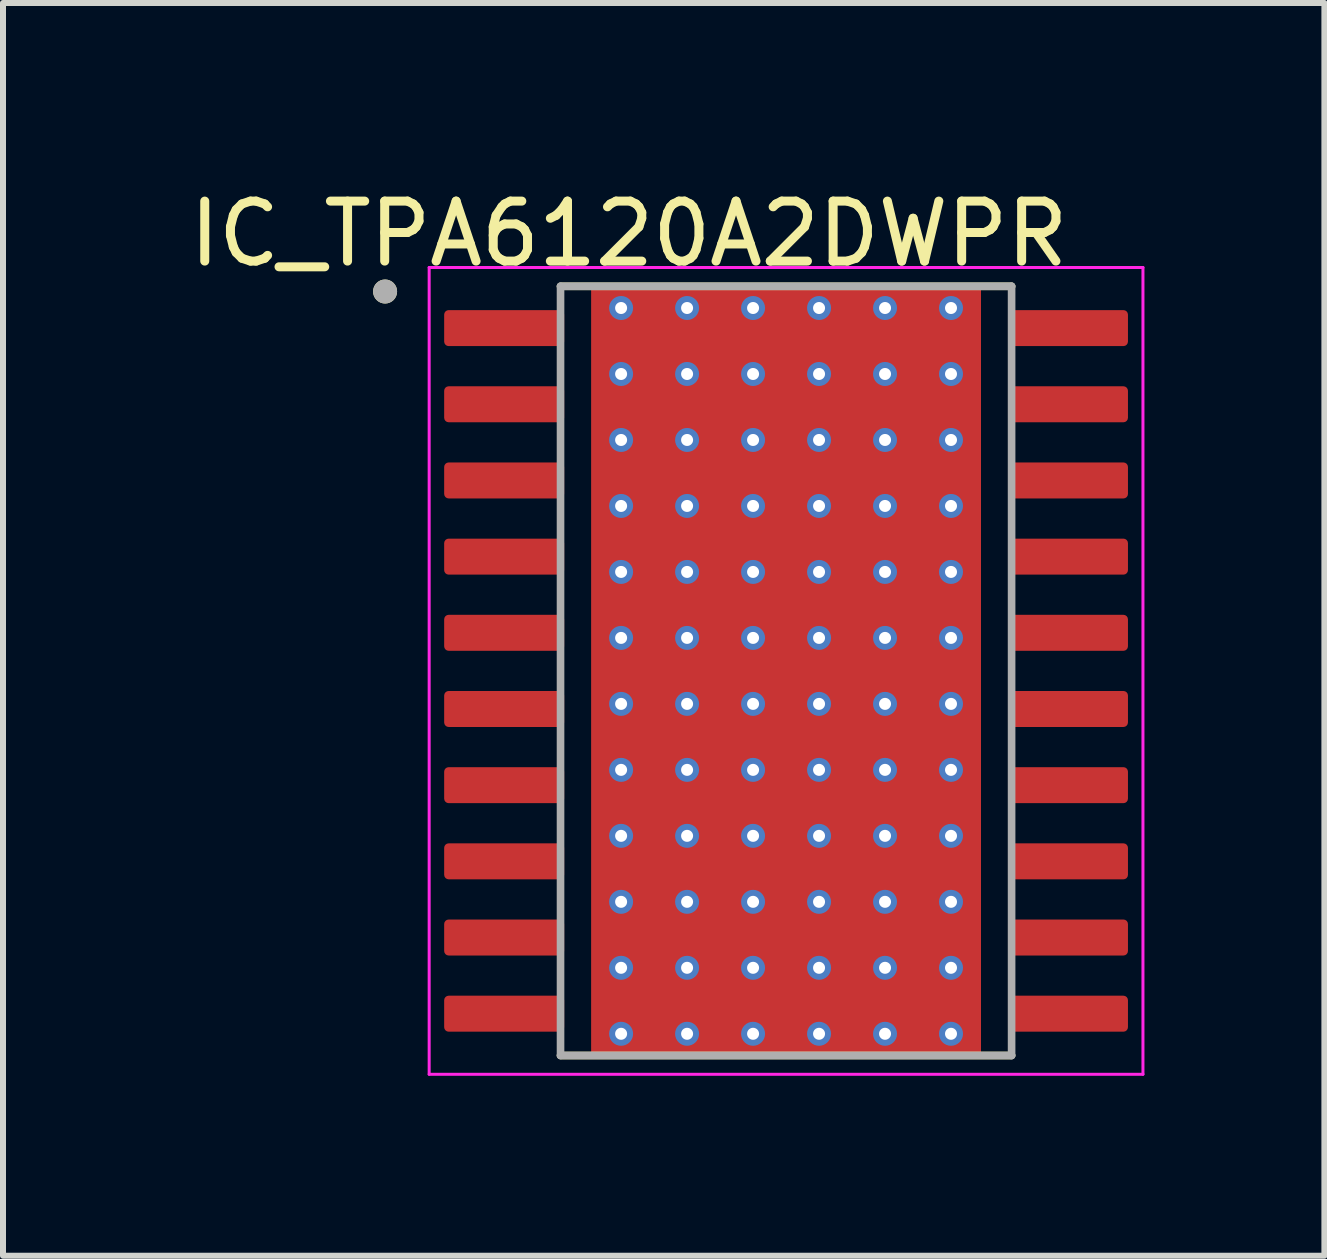
<source format=kicad_pcb>
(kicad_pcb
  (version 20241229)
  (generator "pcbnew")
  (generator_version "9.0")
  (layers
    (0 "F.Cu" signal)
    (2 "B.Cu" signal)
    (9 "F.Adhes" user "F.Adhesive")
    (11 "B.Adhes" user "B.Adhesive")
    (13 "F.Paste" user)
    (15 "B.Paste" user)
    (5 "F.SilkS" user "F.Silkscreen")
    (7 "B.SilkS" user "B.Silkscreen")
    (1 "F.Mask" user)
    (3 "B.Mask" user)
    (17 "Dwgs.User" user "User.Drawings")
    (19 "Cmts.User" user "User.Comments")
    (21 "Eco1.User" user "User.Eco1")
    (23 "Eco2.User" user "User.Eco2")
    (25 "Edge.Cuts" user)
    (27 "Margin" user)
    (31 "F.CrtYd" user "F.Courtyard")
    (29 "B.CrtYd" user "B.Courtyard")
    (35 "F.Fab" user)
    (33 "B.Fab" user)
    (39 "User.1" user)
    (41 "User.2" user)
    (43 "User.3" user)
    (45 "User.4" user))
  (footprint "IC_TPA6120A2DWPR"
    (layer "F.Cu")
    (at 10.055 8.135)
    (property "Reference" "IC_TPA6120A2DWPR" (at -2.62 -7.287 0) (layer "F.SilkS") (effects (font (size 1 1) (thickness 0.15))))
    (attr through_hole)
    (fp_poly (pts (xy -1.395 -1.905) (xy 1.395 -1.905) (xy 1.395 1.905) (xy -1.395 1.905)) (stroke (width 0.01) (type solid)) (fill yes) (layer "F.Mask"))
    (fp_line (start -3.76 -6.412) (end 3.76 -6.412) (stroke (width 0.127) (type solid)) (layer "F.SilkS"))
    (fp_line (start -3.76 6.412) (end 3.76 6.412) (stroke (width 0.127) (type solid)) (layer "F.SilkS"))
    (fp_circle (center -6.685 -6.325) (end -6.585 -6.325) (stroke (width 0.2) (type solid)) (fill no) (layer "F.SilkS"))
    (fp_poly (pts (xy -1.395 -1.905) (xy 1.395 -1.905) (xy 1.395 1.905) (xy -1.395 1.905)) (stroke (width 0.01) (type solid)) (fill yes) (layer "F.Paste"))
    (fp_line (start -5.95 -6.725) (end -5.95 6.725) (stroke (width 0.05) (type solid)) (layer "F.CrtYd"))
    (fp_line (start -5.95 -6.725) (end 5.95 -6.725) (stroke (width 0.05) (type solid)) (layer "F.CrtYd"))
    (fp_line (start -5.95 6.725) (end 5.95 6.725) (stroke (width 0.05) (type solid)) (layer "F.CrtYd"))
    (fp_line (start 5.95 -6.725) (end 5.95 6.725) (stroke (width 0.05) (type solid)) (layer "F.CrtYd"))
    (fp_line (start -3.76 -6.412) (end -3.76 6.412) (stroke (width 0.127) (type solid)) (layer "F.Fab"))
    (fp_line (start -3.76 -6.412) (end 3.76 -6.412) (stroke (width 0.127) (type solid)) (layer "F.Fab"))
    (fp_line (start -3.76 6.412) (end 3.76 6.412) (stroke (width 0.127) (type solid)) (layer "F.Fab"))
    (fp_line (start 3.76 -6.412) (end 3.76 6.412) (stroke (width 0.127) (type solid)) (layer "F.Fab"))
    (fp_circle (center -6.685 -6.325) (end -6.585 -6.325) (stroke (width 0.2) (type solid)) (fill no) (layer "F.Fab"))
    (pad "1" smd roundrect (at -4.7 -5.715) (size 2 0.6) (layers "F.Cu" "F.Mask" "F.Paste") (roundrect_rratio 0.125))
    (pad "2" smd roundrect (at -4.7 -4.445) (size 2 0.6) (layers "F.Cu" "F.Mask" "F.Paste") (roundrect_rratio 0.125))
    (pad "3" smd roundrect (at -4.7 -3.175) (size 2 0.6) (layers "F.Cu" "F.Mask" "F.Paste") (roundrect_rratio 0.125))
    (pad "4" smd roundrect (at -4.7 -1.905) (size 2 0.6) (layers "F.Cu" "F.Mask" "F.Paste") (roundrect_rratio 0.125))
    (pad "5" smd roundrect (at -4.7 -0.635) (size 2 0.6) (layers "F.Cu" "F.Mask" "F.Paste") (roundrect_rratio 0.125))
    (pad "6" smd roundrect (at -4.7 0.635) (size 2 0.6) (layers "F.Cu" "F.Mask" "F.Paste") (roundrect_rratio 0.125))
    (pad "7" smd roundrect (at -4.7 1.905) (size 2 0.6) (layers "F.Cu" "F.Mask" "F.Paste") (roundrect_rratio 0.125))
    (pad "8" smd roundrect (at -4.7 3.175) (size 2 0.6) (layers "F.Cu" "F.Mask" "F.Paste") (roundrect_rratio 0.125))
    (pad "9" smd roundrect (at -4.7 4.445) (size 2 0.6) (layers "F.Cu" "F.Mask" "F.Paste") (roundrect_rratio 0.125))
    (pad "10" smd roundrect (at -4.7 5.715) (size 2 0.6) (layers "F.Cu" "F.Mask" "F.Paste") (roundrect_rratio 0.125))
    (pad "11" smd roundrect (at 4.7 5.715) (size 2 0.6) (layers "F.Cu" "F.Mask" "F.Paste") (roundrect_rratio 0.125))
    (pad "12" smd roundrect (at 4.7 4.445) (size 2 0.6) (layers "F.Cu" "F.Mask" "F.Paste") (roundrect_rratio 0.125))
    (pad "13" smd roundrect (at 4.7 3.175) (size 2 0.6) (layers "F.Cu" "F.Mask" "F.Paste") (roundrect_rratio 0.125))
    (pad "14" smd roundrect (at 4.7 1.905) (size 2 0.6) (layers "F.Cu" "F.Mask" "F.Paste") (roundrect_rratio 0.125))
    (pad "15" smd roundrect (at 4.7 0.635) (size 2 0.6) (layers "F.Cu" "F.Mask" "F.Paste") (roundrect_rratio 0.125))
    (pad "16" smd roundrect (at 4.7 -0.635) (size 2 0.6) (layers "F.Cu" "F.Mask" "F.Paste") (roundrect_rratio 0.125))
    (pad "17" smd roundrect (at 4.7 -1.905) (size 2 0.6) (layers "F.Cu" "F.Mask" "F.Paste") (roundrect_rratio 0.125))
    (pad "18" smd roundrect (at 4.7 -3.175) (size 2 0.6) (layers "F.Cu" "F.Mask" "F.Paste") (roundrect_rratio 0.125))
    (pad "19" smd roundrect (at 4.7 -4.445) (size 2 0.6) (layers "F.Cu" "F.Mask" "F.Paste") (roundrect_rratio 0.125))
    (pad "20" smd roundrect (at 4.7 -5.715) (size 2 0.6) (layers "F.Cu" "F.Mask" "F.Paste") (roundrect_rratio 0.125))
    (pad "21" smd rect (at 0 0) (size 6.5 12.83) (layers "F.Cu"))
    (pad "22" thru_hole circle (at -2.75 -6.05) (size 0.4 0.4) (drill 0.2) (layers "*.Cu"))
    (pad "23" thru_hole circle (at -2.75 -4.95) (size 0.4 0.4) (drill 0.2) (layers "*.Cu"))
    (pad "24" thru_hole circle (at -2.75 -3.85) (size 0.4 0.4) (drill 0.2) (layers "*.Cu"))
    (pad "25" thru_hole circle (at -2.75 -2.75) (size 0.4 0.4) (drill 0.2) (layers "*.Cu"))
    (pad "26" thru_hole circle (at -2.75 -1.65) (size 0.4 0.4) (drill 0.2) (layers "*.Cu"))
    (pad "27" thru_hole circle (at -2.75 -0.55) (size 0.4 0.4) (drill 0.2) (layers "*.Cu"))
    (pad "28" thru_hole circle (at -2.75 0.55) (size 0.4 0.4) (drill 0.2) (layers "*.Cu"))
    (pad "29" thru_hole circle (at -2.75 1.65) (size 0.4 0.4) (drill 0.2) (layers "*.Cu"))
    (pad "30" thru_hole circle (at -2.75 2.75) (size 0.4 0.4) (drill 0.2) (layers "*.Cu"))
    (pad "31" thru_hole circle (at -2.75 3.85) (size 0.4 0.4) (drill 0.2) (layers "*.Cu"))
    (pad "32" thru_hole circle (at -2.75 4.95) (size 0.4 0.4) (drill 0.2) (layers "*.Cu"))
    (pad "33" thru_hole circle (at -2.75 6.05) (size 0.4 0.4) (drill 0.2) (layers "*.Cu"))
    (pad "34" thru_hole circle (at -1.65 -6.05) (size 0.4 0.4) (drill 0.2) (layers "*.Cu"))
    (pad "35" thru_hole circle (at -1.65 -4.95) (size 0.4 0.4) (drill 0.2) (layers "*.Cu"))
    (pad "36" thru_hole circle (at -1.65 -3.85) (size 0.4 0.4) (drill 0.2) (layers "*.Cu"))
    (pad "37" thru_hole circle (at -1.65 -2.75) (size 0.4 0.4) (drill 0.2) (layers "*.Cu"))
    (pad "38" thru_hole circle (at -1.65 -1.65) (size 0.4 0.4) (drill 0.2) (layers "*.Cu"))
    (pad "39" thru_hole circle (at -1.65 -0.55) (size 0.4 0.4) (drill 0.2) (layers "*.Cu"))
    (pad "40" thru_hole circle (at -1.65 0.55) (size 0.4 0.4) (drill 0.2) (layers "*.Cu"))
    (pad "41" thru_hole circle (at -1.65 1.65) (size 0.4 0.4) (drill 0.2) (layers "*.Cu"))
    (pad "42" thru_hole circle (at -1.65 2.75) (size 0.4 0.4) (drill 0.2) (layers "*.Cu"))
    (pad "43" thru_hole circle (at -1.65 3.85) (size 0.4 0.4) (drill 0.2) (layers "*.Cu"))
    (pad "44" thru_hole circle (at -1.65 4.95) (size 0.4 0.4) (drill 0.2) (layers "*.Cu"))
    (pad "45" thru_hole circle (at -1.65 6.05) (size 0.4 0.4) (drill 0.2) (layers "*.Cu"))
    (pad "46" thru_hole circle (at -0.55 -6.05) (size 0.4 0.4) (drill 0.2) (layers "*.Cu"))
    (pad "47" thru_hole circle (at -0.55 -4.95) (size 0.4 0.4) (drill 0.2) (layers "*.Cu"))
    (pad "48" thru_hole circle (at -0.55 -3.85) (size 0.4 0.4) (drill 0.2) (layers "*.Cu"))
    (pad "49" thru_hole circle (at -0.55 -2.75) (size 0.4 0.4) (drill 0.2) (layers "*.Cu"))
    (pad "50" thru_hole circle (at -0.55 -1.65) (size 0.4 0.4) (drill 0.2) (layers "*.Cu"))
    (pad "51" thru_hole circle (at -0.55 -0.55) (size 0.4 0.4) (drill 0.2) (layers "*.Cu"))
    (pad "52" thru_hole circle (at -0.55 0.55) (size 0.4 0.4) (drill 0.2) (layers "*.Cu"))
    (pad "53" thru_hole circle (at -0.55 1.65) (size 0.4 0.4) (drill 0.2) (layers "*.Cu"))
    (pad "54" thru_hole circle (at -0.55 2.75) (size 0.4 0.4) (drill 0.2) (layers "*.Cu"))
    (pad "55" thru_hole circle (at -0.55 3.85) (size 0.4 0.4) (drill 0.2) (layers "*.Cu"))
    (pad "56" thru_hole circle (at -0.55 4.95) (size 0.4 0.4) (drill 0.2) (layers "*.Cu"))
    (pad "57" thru_hole circle (at -0.55 6.05) (size 0.4 0.4) (drill 0.2) (layers "*.Cu"))
    (pad "58" thru_hole circle (at 0.55 -6.05) (size 0.4 0.4) (drill 0.2) (layers "*.Cu"))
    (pad "59" thru_hole circle (at 0.55 -4.95) (size 0.4 0.4) (drill 0.2) (layers "*.Cu"))
    (pad "60" thru_hole circle (at 0.55 -3.85) (size 0.4 0.4) (drill 0.2) (layers "*.Cu"))
    (pad "61" thru_hole circle (at 0.55 -2.75) (size 0.4 0.4) (drill 0.2) (layers "*.Cu"))
    (pad "62" thru_hole circle (at 0.55 -1.65) (size 0.4 0.4) (drill 0.2) (layers "*.Cu"))
    (pad "63" thru_hole circle (at 0.55 -0.55) (size 0.4 0.4) (drill 0.2) (layers "*.Cu"))
    (pad "64" thru_hole circle (at 0.55 0.55) (size 0.4 0.4) (drill 0.2) (layers "*.Cu"))
    (pad "65" thru_hole circle (at 0.55 1.65) (size 0.4 0.4) (drill 0.2) (layers "*.Cu"))
    (pad "66" thru_hole circle (at 0.55 2.75) (size 0.4 0.4) (drill 0.2) (layers "*.Cu"))
    (pad "67" thru_hole circle (at 0.55 3.85) (size 0.4 0.4) (drill 0.2) (layers "*.Cu"))
    (pad "68" thru_hole circle (at 0.55 4.95) (size 0.4 0.4) (drill 0.2) (layers "*.Cu"))
    (pad "69" thru_hole circle (at 0.55 6.05) (size 0.4 0.4) (drill 0.2) (layers "*.Cu"))
    (pad "70" thru_hole circle (at 1.65 -6.05) (size 0.4 0.4) (drill 0.2) (layers "*.Cu"))
    (pad "71" thru_hole circle (at 1.65 -4.95) (size 0.4 0.4) (drill 0.2) (layers "*.Cu"))
    (pad "72" thru_hole circle (at 1.65 -3.85) (size 0.4 0.4) (drill 0.2) (layers "*.Cu"))
    (pad "73" thru_hole circle (at 1.65 -2.75) (size 0.4 0.4) (drill 0.2) (layers "*.Cu"))
    (pad "74" thru_hole circle (at 1.65 -1.65) (size 0.4 0.4) (drill 0.2) (layers "*.Cu"))
    (pad "75" thru_hole circle (at 1.65 -0.55) (size 0.4 0.4) (drill 0.2) (layers "*.Cu"))
    (pad "76" thru_hole circle (at 1.65 0.55) (size 0.4 0.4) (drill 0.2) (layers "*.Cu"))
    (pad "77" thru_hole circle (at 1.65 1.65) (size 0.4 0.4) (drill 0.2) (layers "*.Cu"))
    (pad "78" thru_hole circle (at 1.65 2.75) (size 0.4 0.4) (drill 0.2) (layers "*.Cu"))
    (pad "79" thru_hole circle (at 1.65 3.85) (size 0.4 0.4) (drill 0.2) (layers "*.Cu"))
    (pad "80" thru_hole circle (at 1.65 4.95) (size 0.4 0.4) (drill 0.2) (layers "*.Cu"))
    (pad "81" thru_hole circle (at 1.65 6.05) (size 0.4 0.4) (drill 0.2) (layers "*.Cu"))
    (pad "82" thru_hole circle (at 2.75 -6.05) (size 0.4 0.4) (drill 0.2) (layers "*.Cu"))
    (pad "83" thru_hole circle (at 2.75 -4.95) (size 0.4 0.4) (drill 0.2) (layers "*.Cu"))
    (pad "84" thru_hole circle (at 2.75 -3.85) (size 0.4 0.4) (drill 0.2) (layers "*.Cu"))
    (pad "85" thru_hole circle (at 2.75 -2.75) (size 0.4 0.4) (drill 0.2) (layers "*.Cu"))
    (pad "86" thru_hole circle (at 2.75 -1.65) (size 0.4 0.4) (drill 0.2) (layers "*.Cu"))
    (pad "87" thru_hole circle (at 2.75 -0.55) (size 0.4 0.4) (drill 0.2) (layers "*.Cu"))
    (pad "88" thru_hole circle (at 2.75 0.55) (size 0.4 0.4) (drill 0.2) (layers "*.Cu"))
    (pad "89" thru_hole circle (at 2.75 1.65) (size 0.4 0.4) (drill 0.2) (layers "*.Cu"))
    (pad "90" thru_hole circle (at 2.75 2.75) (size 0.4 0.4) (drill 0.2) (layers "*.Cu"))
    (pad "91" thru_hole circle (at 2.75 3.85) (size 0.4 0.4) (drill 0.2) (layers "*.Cu"))
    (pad "92" thru_hole circle (at 2.75 4.95) (size 0.4 0.4) (drill 0.2) (layers "*.Cu"))
    (pad "93" thru_hole circle (at 2.75 6.05) (size 0.4 0.4) (drill 0.2) (layers "*.Cu")))
  (gr_rect
    (start -3 -3)
    (end 19.03 17.885)
    (stroke (width 0.1) (type default))
    (fill no)
    (layer "Edge.Cuts")))
</source>
